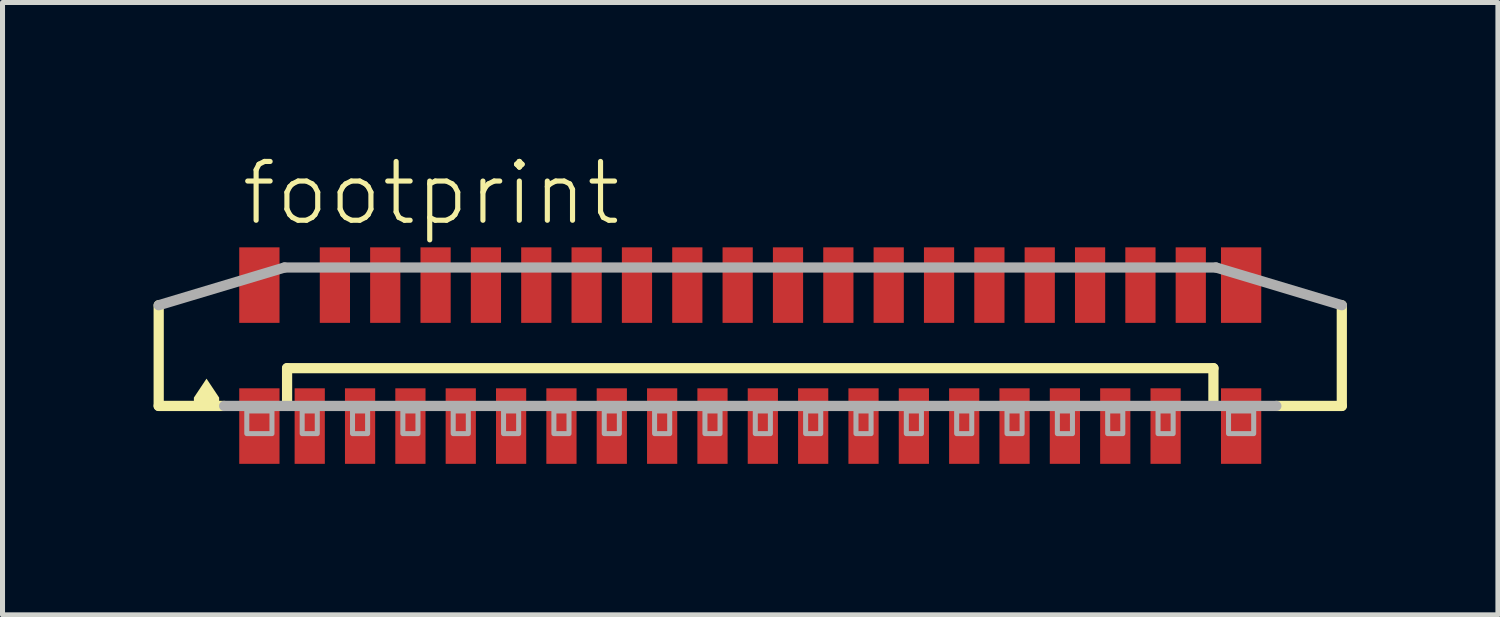
<source format=kicad_pcb>
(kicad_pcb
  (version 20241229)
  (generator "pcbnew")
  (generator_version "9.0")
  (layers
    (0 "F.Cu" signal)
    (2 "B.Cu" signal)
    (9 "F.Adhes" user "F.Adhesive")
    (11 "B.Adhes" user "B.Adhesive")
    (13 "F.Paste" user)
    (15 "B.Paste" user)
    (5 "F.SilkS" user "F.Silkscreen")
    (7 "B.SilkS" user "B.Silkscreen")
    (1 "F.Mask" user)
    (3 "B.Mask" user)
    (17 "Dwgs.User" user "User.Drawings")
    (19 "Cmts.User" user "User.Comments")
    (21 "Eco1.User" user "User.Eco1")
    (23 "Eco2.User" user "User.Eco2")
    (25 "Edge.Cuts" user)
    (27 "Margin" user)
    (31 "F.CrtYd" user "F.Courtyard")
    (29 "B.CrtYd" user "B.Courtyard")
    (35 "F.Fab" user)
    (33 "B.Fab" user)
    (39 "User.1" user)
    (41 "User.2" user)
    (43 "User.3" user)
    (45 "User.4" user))
  (footprint "footprint"
    (layer "F.Cu")
    (at 11.852 4.013)
    (property "Reference" "footprint" (at -10.16 -2.54 0) (layer "F.SilkS") (effects (font (size 1.168 1.168) (thickness 0.102)) (justify left bottom)))
    (fp_line (start -11.75 1) (end -11.75 -1) (stroke (width 0.203) (type solid)) (layer "F.SilkS"))
    (fp_line (start -10.45 1) (end -11.75 1) (stroke (width 0.203) (type solid)) (layer "F.SilkS"))
    (fp_line (start -9.2 0.25) (end 9.2 0.25) (stroke (width 0.203) (type solid)) (layer "F.SilkS"))
    (fp_line (start -9.2 1) (end -9.2 0.25) (stroke (width 0.203) (type solid)) (layer "F.SilkS"))
    (fp_line (start 9.2 0.25) (end 9.2 1) (stroke (width 0.203) (type solid)) (layer "F.SilkS"))
    (fp_line (start 11.75 -1) (end 11.75 1) (stroke (width 0.203) (type solid)) (layer "F.SilkS"))
    (fp_line (start 11.75 1) (end 10.45 1) (stroke (width 0.203) (type solid)) (layer "F.SilkS"))
    (fp_poly (pts (xy -10.549 0.835) (xy -10.549 1.001) (xy -11.051 1.001) (xy -11.051 0.835) (xy -10.8 0.458)) (stroke (width 0) (type solid)) (fill yes) (layer "F.SilkS"))
    (fp_line (start -11.75 -1) (end -9.25 -1.75) (stroke (width 0.203) (type solid)) (layer "F.Fab"))
    (fp_line (start -9.25 -1.75) (end 9.25 -1.75) (stroke (width 0.203) (type solid)) (layer "F.Fab"))
    (fp_line (start 9.25 -1.75) (end 11.75 -1) (stroke (width 0.203) (type solid)) (layer "F.Fab"))
    (fp_line (start 10.45 1) (end -10.45 1) (stroke (width 0.203) (type solid)) (layer "F.Fab"))
    (fp_poly (pts (xy -10 1.55) (xy -9.5 1.55) (xy -9.5 1.1) (xy -10 1.1)) (stroke (width 0.1) (type solid)) (fill no) (layer "F.Fab"))
    (fp_poly (pts (xy -8.9 1.55) (xy -8.6 1.55) (xy -8.6 1.1) (xy -8.9 1.1)) (stroke (width 0.1) (type solid)) (fill no) (layer "F.Fab"))
    (fp_poly (pts (xy -7.9 1.55) (xy -7.6 1.55) (xy -7.6 1.1) (xy -7.9 1.1)) (stroke (width 0.1) (type solid)) (fill no) (layer "F.Fab"))
    (fp_poly (pts (xy -6.9 1.55) (xy -6.6 1.55) (xy -6.6 1.1) (xy -6.9 1.1)) (stroke (width 0.1) (type solid)) (fill no) (layer "F.Fab"))
    (fp_poly (pts (xy -5.9 1.55) (xy -5.6 1.55) (xy -5.6 1.1) (xy -5.9 1.1)) (stroke (width 0.1) (type solid)) (fill no) (layer "F.Fab"))
    (fp_poly (pts (xy -4.9 1.55) (xy -4.6 1.55) (xy -4.6 1.1) (xy -4.9 1.1)) (stroke (width 0.1) (type solid)) (fill no) (layer "F.Fab"))
    (fp_poly (pts (xy -3.9 1.55) (xy -3.6 1.55) (xy -3.6 1.1) (xy -3.9 1.1)) (stroke (width 0.1) (type solid)) (fill no) (layer "F.Fab"))
    (fp_poly (pts (xy -2.9 1.55) (xy -2.6 1.55) (xy -2.6 1.1) (xy -2.9 1.1)) (stroke (width 0.1) (type solid)) (fill no) (layer "F.Fab"))
    (fp_poly (pts (xy -1.9 1.55) (xy -1.6 1.55) (xy -1.6 1.1) (xy -1.9 1.1)) (stroke (width 0.1) (type solid)) (fill no) (layer "F.Fab"))
    (fp_poly (pts (xy -0.9 1.55) (xy -0.6 1.55) (xy -0.6 1.1) (xy -0.9 1.1)) (stroke (width 0.1) (type solid)) (fill no) (layer "F.Fab"))
    (fp_poly (pts (xy 0.1 1.55) (xy 0.4 1.55) (xy 0.4 1.1) (xy 0.1 1.1)) (stroke (width 0.1) (type solid)) (fill no) (layer "F.Fab"))
    (fp_poly (pts (xy 1.1 1.55) (xy 1.4 1.55) (xy 1.4 1.1) (xy 1.1 1.1)) (stroke (width 0.1) (type solid)) (fill no) (layer "F.Fab"))
    (fp_poly (pts (xy 2.1 1.55) (xy 2.4 1.55) (xy 2.4 1.1) (xy 2.1 1.1)) (stroke (width 0.1) (type solid)) (fill no) (layer "F.Fab"))
    (fp_poly (pts (xy 3.1 1.55) (xy 3.4 1.55) (xy 3.4 1.1) (xy 3.1 1.1)) (stroke (width 0.1) (type solid)) (fill no) (layer "F.Fab"))
    (fp_poly (pts (xy 4.1 1.55) (xy 4.4 1.55) (xy 4.4 1.1) (xy 4.1 1.1)) (stroke (width 0.1) (type solid)) (fill no) (layer "F.Fab"))
    (fp_poly (pts (xy 5.1 1.55) (xy 5.4 1.55) (xy 5.4 1.1) (xy 5.1 1.1)) (stroke (width 0.1) (type solid)) (fill no) (layer "F.Fab"))
    (fp_poly (pts (xy 6.1 1.55) (xy 6.4 1.55) (xy 6.4 1.1) (xy 6.1 1.1)) (stroke (width 0.1) (type solid)) (fill no) (layer "F.Fab"))
    (fp_poly (pts (xy 7.1 1.55) (xy 7.4 1.55) (xy 7.4 1.1) (xy 7.1 1.1)) (stroke (width 0.1) (type solid)) (fill no) (layer "F.Fab"))
    (fp_poly (pts (xy 8.1 1.55) (xy 8.4 1.55) (xy 8.4 1.1) (xy 8.1 1.1)) (stroke (width 0.1) (type solid)) (fill no) (layer "F.Fab"))
    (fp_poly (pts (xy 9.5 1.55) (xy 10 1.55) (xy 10 1.1) (xy 9.5 1.1)) (stroke (width 0.1) (type solid)) (fill no) (layer "F.Fab"))
    (pad "1" smd rect (at -8.75 1.4) (size 0.6 1.5) (layers "F.Cu" "F.Mask" "F.Paste"))
    (pad "2" smd rect (at -8.25 -1.4 180) (size 0.6 1.5) (layers "F.Cu" "F.Mask" "F.Paste"))
    (pad "3" smd rect (at -7.75 1.4) (size 0.6 1.5) (layers "F.Cu" "F.Mask" "F.Paste"))
    (pad "4" smd rect (at -7.25 -1.4 180) (size 0.6 1.5) (layers "F.Cu" "F.Mask" "F.Paste"))
    (pad "5" smd rect (at -6.75 1.4) (size 0.6 1.5) (layers "F.Cu" "F.Mask" "F.Paste"))
    (pad "6" smd rect (at -6.25 -1.4 180) (size 0.6 1.5) (layers "F.Cu" "F.Mask" "F.Paste"))
    (pad "7" smd rect (at -5.75 1.4) (size 0.6 1.5) (layers "F.Cu" "F.Mask" "F.Paste"))
    (pad "8" smd rect (at -5.25 -1.4 180) (size 0.6 1.5) (layers "F.Cu" "F.Mask" "F.Paste"))
    (pad "9" smd rect (at -4.75 1.4) (size 0.6 1.5) (layers "F.Cu" "F.Mask" "F.Paste"))
    (pad "10" smd rect (at -4.25 -1.4 180) (size 0.6 1.5) (layers "F.Cu" "F.Mask" "F.Paste"))
    (pad "11" smd rect (at -3.75 1.4) (size 0.6 1.5) (layers "F.Cu" "F.Mask" "F.Paste"))
    (pad "12" smd rect (at -3.25 -1.4 180) (size 0.6 1.5) (layers "F.Cu" "F.Mask" "F.Paste"))
    (pad "13" smd rect (at -2.75 1.4) (size 0.6 1.5) (layers "F.Cu" "F.Mask" "F.Paste"))
    (pad "14" smd rect (at -2.25 -1.4 180) (size 0.6 1.5) (layers "F.Cu" "F.Mask" "F.Paste"))
    (pad "15" smd rect (at -1.75 1.4) (size 0.6 1.5) (layers "F.Cu" "F.Mask" "F.Paste"))
    (pad "16" smd rect (at -1.25 -1.4 180) (size 0.6 1.5) (layers "F.Cu" "F.Mask" "F.Paste"))
    (pad "17" smd rect (at -0.75 1.4) (size 0.6 1.5) (layers "F.Cu" "F.Mask" "F.Paste"))
    (pad "18" smd rect (at -0.25 -1.4 180) (size 0.6 1.5) (layers "F.Cu" "F.Mask" "F.Paste"))
    (pad "19" smd rect (at 0.25 1.4) (size 0.6 1.5) (layers "F.Cu" "F.Mask" "F.Paste"))
    (pad "20" smd rect (at 0.75 -1.4 180) (size 0.6 1.5) (layers "F.Cu" "F.Mask" "F.Paste"))
    (pad "21" smd rect (at 1.25 1.4) (size 0.6 1.5) (layers "F.Cu" "F.Mask" "F.Paste"))
    (pad "22" smd rect (at 1.75 -1.4 180) (size 0.6 1.5) (layers "F.Cu" "F.Mask" "F.Paste"))
    (pad "23" smd rect (at 2.25 1.4) (size 0.6 1.5) (layers "F.Cu" "F.Mask" "F.Paste"))
    (pad "24" smd rect (at 2.75 -1.4 180) (size 0.6 1.5) (layers "F.Cu" "F.Mask" "F.Paste"))
    (pad "25" smd rect (at 3.25 1.4) (size 0.6 1.5) (layers "F.Cu" "F.Mask" "F.Paste"))
    (pad "26" smd rect (at 3.75 -1.4 180) (size 0.6 1.5) (layers "F.Cu" "F.Mask" "F.Paste"))
    (pad "27" smd rect (at 4.25 1.4) (size 0.6 1.5) (layers "F.Cu" "F.Mask" "F.Paste"))
    (pad "28" smd rect (at 4.75 -1.4 180) (size 0.6 1.5) (layers "F.Cu" "F.Mask" "F.Paste"))
    (pad "29" smd rect (at 5.25 1.4) (size 0.6 1.5) (layers "F.Cu" "F.Mask" "F.Paste"))
    (pad "30" smd rect (at 5.75 -1.4 180) (size 0.6 1.5) (layers "F.Cu" "F.Mask" "F.Paste"))
    (pad "31" smd rect (at 6.25 1.4) (size 0.6 1.5) (layers "F.Cu" "F.Mask" "F.Paste"))
    (pad "32" smd rect (at 6.75 -1.4 180) (size 0.6 1.5) (layers "F.Cu" "F.Mask" "F.Paste"))
    (pad "33" smd rect (at 7.25 1.4) (size 0.6 1.5) (layers "F.Cu" "F.Mask" "F.Paste"))
    (pad "34" smd rect (at 7.75 -1.4 180) (size 0.6 1.5) (layers "F.Cu" "F.Mask" "F.Paste"))
    (pad "35" smd rect (at 8.25 1.4) (size 0.6 1.5) (layers "F.Cu" "F.Mask" "F.Paste"))
    (pad "36" smd rect (at 8.75 -1.4 180) (size 0.6 1.5) (layers "F.Cu" "F.Mask" "F.Paste"))
    (pad "M1" smd rect (at -9.75 1.4) (size 0.8 1.5) (layers "F.Cu" "F.Mask" "F.Paste"))
    (pad "M2" smd rect (at 9.75 1.4) (size 0.8 1.5) (layers "F.Cu" "F.Mask" "F.Paste"))
    (pad "M3" smd rect (at 9.75 -1.4 180) (size 0.8 1.5) (layers "F.Cu" "F.Mask" "F.Paste"))
    (pad "M4" smd rect (at -9.75 -1.4 180) (size 0.8 1.5) (layers "F.Cu" "F.Mask" "F.Paste")))
  (gr_rect
    (start -3 -3)
    (end 26.703 9.163)
    (stroke (width 0.1) (type default))
    (fill no)
    (layer "Edge.Cuts")))
</source>
